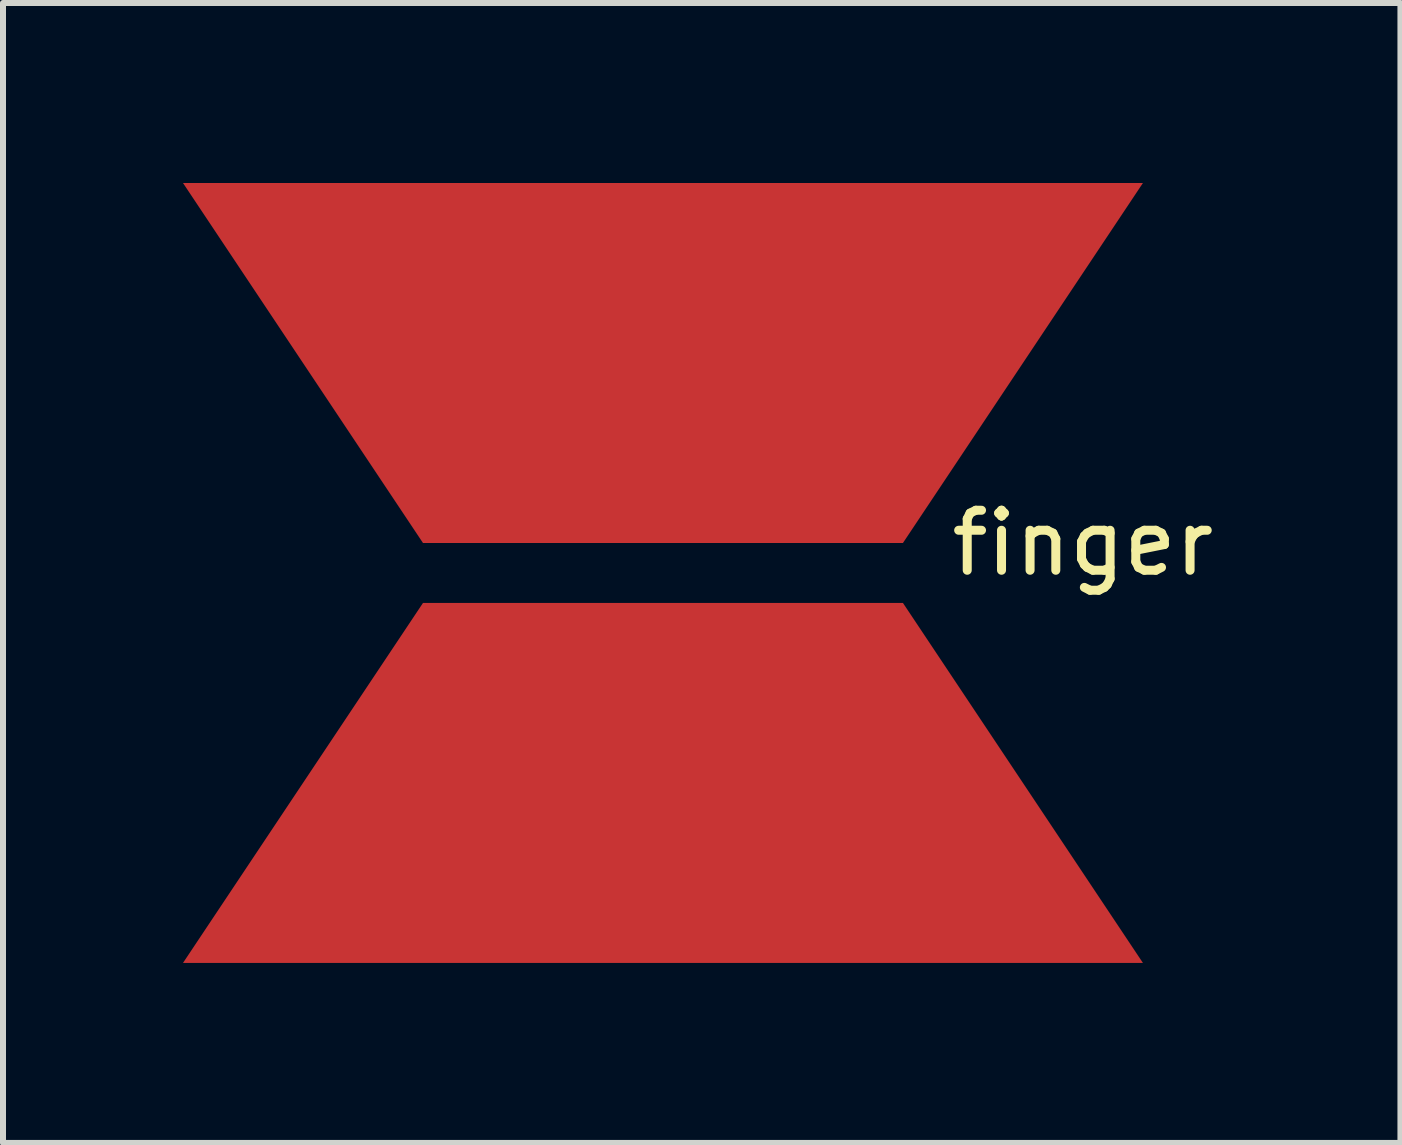
<source format=kicad_pcb>
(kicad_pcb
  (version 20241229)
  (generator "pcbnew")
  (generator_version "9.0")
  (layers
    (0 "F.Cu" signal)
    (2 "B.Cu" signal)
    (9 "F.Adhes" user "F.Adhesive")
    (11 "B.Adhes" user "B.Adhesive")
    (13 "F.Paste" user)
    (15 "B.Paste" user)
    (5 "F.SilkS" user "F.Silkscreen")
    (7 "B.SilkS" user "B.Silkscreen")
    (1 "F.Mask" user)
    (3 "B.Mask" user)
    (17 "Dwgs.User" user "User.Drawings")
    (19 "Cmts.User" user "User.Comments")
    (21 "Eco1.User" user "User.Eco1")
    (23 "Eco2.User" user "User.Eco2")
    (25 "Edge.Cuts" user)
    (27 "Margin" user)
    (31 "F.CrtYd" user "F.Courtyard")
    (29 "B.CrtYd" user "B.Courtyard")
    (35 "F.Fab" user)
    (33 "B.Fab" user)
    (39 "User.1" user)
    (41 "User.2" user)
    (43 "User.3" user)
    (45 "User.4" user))
  (footprint "finger"
    (layer "F.Cu")
    (at 7 6)
    (property "Reference" "finger" (at 8 0 0) (layer "F.SilkS") (effects (font (size 1 1) (thickness 0.15))))
    (attr through_hole)
    (pad "1" smd trapezoid (at 1 -3) (size 12 6) (rect_delta 0 -4) (layers "F.Cu" "F.Mask" "F.Paste"))
    (pad "2" smd trapezoid (at 1 4) (size 12 6) (rect_delta 0 4) (layers "F.Cu" "F.Mask" "F.Paste")))
  (gr_rect
    (start -3 -3)
    (end 20.292 16)
    (stroke (width 0.1) (type default))
    (fill no)
    (layer "Edge.Cuts")))
</source>
